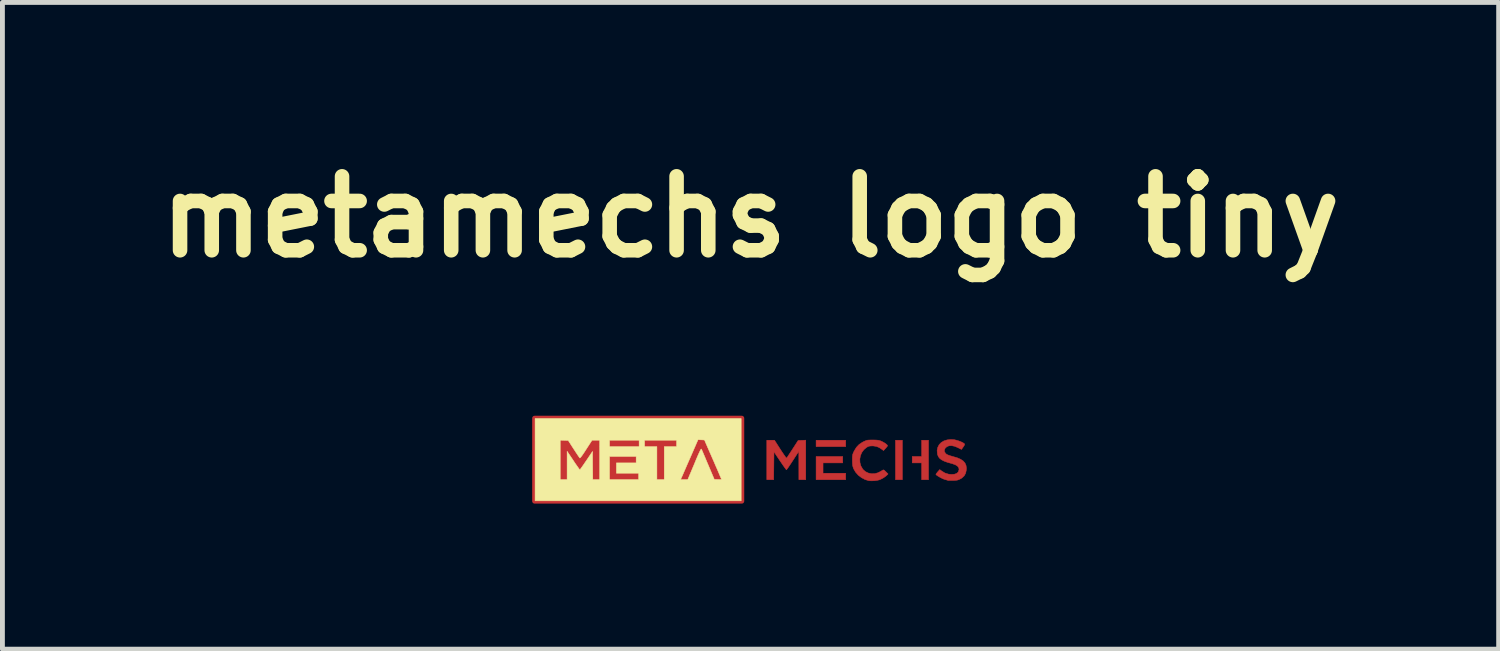
<source format=kicad_pcb>
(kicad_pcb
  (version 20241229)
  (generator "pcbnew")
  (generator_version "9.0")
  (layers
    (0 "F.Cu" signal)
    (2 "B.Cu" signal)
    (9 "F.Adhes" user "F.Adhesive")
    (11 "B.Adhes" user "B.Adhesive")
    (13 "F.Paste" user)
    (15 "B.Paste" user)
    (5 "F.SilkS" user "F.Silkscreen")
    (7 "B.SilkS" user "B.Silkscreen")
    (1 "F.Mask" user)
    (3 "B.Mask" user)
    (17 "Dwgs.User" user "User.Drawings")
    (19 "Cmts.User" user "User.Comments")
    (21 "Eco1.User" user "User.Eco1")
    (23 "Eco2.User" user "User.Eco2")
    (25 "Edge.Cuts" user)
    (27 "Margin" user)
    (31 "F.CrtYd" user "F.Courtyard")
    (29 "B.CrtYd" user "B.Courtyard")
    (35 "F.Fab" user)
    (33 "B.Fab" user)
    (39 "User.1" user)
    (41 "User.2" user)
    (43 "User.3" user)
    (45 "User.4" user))
  (footprint "metamechs logo tiny"
    (layer "F.Cu")
    (at 12.417 6.418)
    (property "Reference" "metamechs logo tiny" (at 0 -5 0) (layer "F.SilkS") (effects (font (size 1.524 1.524) (thickness 0.3))))
    (attr through_hole)
    (fp_poly (pts (xy -4.45 -0.85) (xy -0.18 -0.85) (xy -0.18 0.86) (xy -4.45 0.86)) (stroke (width 0.1) (type solid)) (fill yes) (layer "F.Cu"))
    (fp_poly (pts (xy 1.961 -0.264) (xy 1.351 -0.264) (xy 1.351 -0.396) (xy 1.961 -0.396) (xy 1.961 -0.264)) (stroke (width 0.01) (type solid)) (fill yes) (layer "F.Cu"))
    (fp_poly (pts (xy 3.129 0.417) (xy 2.987 0.417) (xy 2.987 -0.396) (xy 3.129 -0.396) (xy 3.129 0.417)) (stroke (width 0.01) (type solid)) (fill yes) (layer "F.Cu"))
    (fp_poly (pts (xy 1.9 0.071) (xy 1.494 0.071) (xy 1.494 0.284) (xy 1.961 0.284) (xy 1.961 0.417) (xy 1.351 0.417) (xy 1.351 -0.061) (xy 1.9 -0.061) (xy 1.9 0.071)) (stroke (width 0.01) (type solid)) (fill yes) (layer "F.Cu"))
    (fp_poly (pts (xy 3.668 0.417) (xy 3.526 0.417) (xy 3.526 0.071) (xy 3.332 0.071) (xy 3.332 -0.061) (xy 3.526 -0.061) (xy 3.526 -0.396) (xy 3.668 -0.396) (xy 3.668 0.417)) (stroke (width 0.01) (type solid)) (fill yes) (layer "F.Cu"))
    (fp_poly (pts (xy 1.138 0.417) (xy 0.996 0.417) (xy 0.995 -0.168) (xy 0.871 0.023) (xy 0.835 0.078) (xy 0.802 0.127) (xy 0.775 0.167) (xy 0.754 0.196) (xy 0.742 0.211) (xy 0.739 0.213) (xy 0.732 0.205) (xy 0.715 0.183) (xy 0.69 0.148) (xy 0.659 0.104) (xy 0.624 0.052) (xy 0.607 0.028) (xy 0.483 -0.157) (xy 0.48 0.13) (xy 0.477 0.417) (xy 0.335 0.417) (xy 0.335 -0.396) (xy 0.494 -0.396) (xy 0.614 -0.208) (xy 0.652 -0.15) (xy 0.685 -0.101) (xy 0.712 -0.063) (xy 0.731 -0.038) (xy 0.742 -0.028) (xy 0.743 -0.028) (xy 0.751 -0.039) (xy 0.769 -0.064) (xy 0.793 -0.101) (xy 0.824 -0.148) (xy 0.858 -0.2) (xy 0.867 -0.214) (xy 0.981 -0.391) (xy 1.06 -0.394) (xy 1.138 -0.397) (xy 1.138 0.417)) (stroke (width 0.01) (type solid)) (fill yes) (layer "F.Cu"))
    (fp_poly (pts (xy 2.52 -0.401) (xy 2.575 -0.4) (xy 2.616 -0.397) (xy 2.648 -0.392) (xy 2.677 -0.383) (xy 2.692 -0.377) (xy 2.727 -0.36) (xy 2.763 -0.339) (xy 2.794 -0.317) (xy 2.816 -0.297) (xy 2.824 -0.283) (xy 2.818 -0.271) (xy 2.801 -0.25) (xy 2.783 -0.229) (xy 2.741 -0.183) (xy 2.709 -0.207) (xy 2.652 -0.245) (xy 2.598 -0.267) (xy 2.541 -0.277) (xy 2.513 -0.279) (xy 2.471 -0.277) (xy 2.441 -0.273) (xy 2.415 -0.262) (xy 2.392 -0.249) (xy 2.336 -0.202) (xy 2.293 -0.144) (xy 2.265 -0.078) (xy 2.252 -0.008) (xy 2.255 0.064) (xy 2.274 0.134) (xy 2.311 0.198) (xy 2.318 0.207) (xy 2.367 0.251) (xy 2.426 0.28) (xy 2.491 0.294) (xy 2.559 0.293) (xy 2.625 0.275) (xy 2.643 0.266) (xy 2.677 0.249) (xy 2.706 0.232) (xy 2.72 0.223) (xy 2.734 0.216) (xy 2.746 0.217) (xy 2.762 0.228) (xy 2.786 0.252) (xy 2.789 0.254) (xy 2.834 0.299) (xy 2.812 0.322) (xy 2.78 0.35) (xy 2.737 0.38) (xy 2.69 0.405) (xy 2.656 0.42) (xy 2.607 0.432) (xy 2.547 0.439) (xy 2.486 0.441) (xy 2.434 0.437) (xy 2.359 0.414) (xy 2.286 0.375) (xy 2.22 0.324) (xy 2.165 0.262) (xy 2.126 0.195) (xy 2.122 0.186) (xy 2.111 0.154) (xy 2.104 0.123) (xy 2.1 0.086) (xy 2.098 0.037) (xy 2.098 0.015) (xy 2.098 -0.035) (xy 2.1 -0.071) (xy 2.104 -0.099) (xy 2.113 -0.124) (xy 2.126 -0.154) (xy 2.136 -0.174) (xy 2.181 -0.249) (xy 2.237 -0.308) (xy 2.307 -0.355) (xy 2.335 -0.369) (xy 2.366 -0.383) (xy 2.391 -0.392) (xy 2.417 -0.398) (xy 2.45 -0.4) (xy 2.494 -0.401) (xy 2.52 -0.401)) (stroke (width 0.01) (type solid)) (fill yes) (layer "F.Cu"))
    (fp_poly (pts (xy 4.195 -0.407) (xy 4.24 -0.397) (xy 4.289 -0.382) (xy 4.336 -0.364) (xy 4.376 -0.345) (xy 4.403 -0.327) (xy 4.408 -0.322) (xy 4.412 -0.31) (xy 4.405 -0.291) (xy 4.386 -0.261) (xy 4.383 -0.257) (xy 4.347 -0.206) (xy 4.276 -0.242) (xy 4.207 -0.271) (xy 4.144 -0.284) (xy 4.089 -0.281) (xy 4.044 -0.262) (xy 4.01 -0.23) (xy 3.995 -0.194) (xy 3.998 -0.157) (xy 4.021 -0.122) (xy 4.041 -0.106) (xy 4.066 -0.093) (xy 4.104 -0.079) (xy 4.148 -0.066) (xy 4.165 -0.061) (xy 4.256 -0.035) (xy 4.328 -0.004) (xy 4.382 0.032) (xy 4.419 0.074) (xy 4.441 0.123) (xy 4.449 0.181) (xy 4.447 0.216) (xy 4.433 0.283) (xy 4.403 0.338) (xy 4.356 0.382) (xy 4.324 0.401) (xy 4.292 0.416) (xy 4.262 0.426) (xy 4.227 0.431) (xy 4.181 0.433) (xy 4.172 0.434) (xy 4.13 0.434) (xy 4.095 0.434) (xy 4.074 0.433) (xy 4.069 0.432) (xy 4.054 0.427) (xy 4.027 0.419) (xy 4.003 0.413) (xy 3.973 0.402) (xy 3.937 0.385) (xy 3.899 0.365) (xy 3.864 0.344) (xy 3.837 0.326) (xy 3.822 0.312) (xy 3.82 0.308) (xy 3.826 0.296) (xy 3.842 0.275) (xy 3.859 0.254) (xy 3.899 0.209) (xy 3.936 0.237) (xy 4.006 0.28) (xy 4.08 0.303) (xy 4.134 0.309) (xy 4.198 0.305) (xy 4.245 0.29) (xy 4.276 0.264) (xy 4.283 0.253) (xy 4.297 0.209) (xy 4.291 0.171) (xy 4.266 0.138) (xy 4.221 0.11) (xy 4.157 0.087) (xy 4.143 0.083) (xy 4.056 0.059) (xy 3.988 0.034) (xy 3.936 0.007) (xy 3.897 -0.023) (xy 3.871 -0.058) (xy 3.854 -0.1) (xy 3.851 -0.114) (xy 3.845 -0.184) (xy 3.858 -0.248) (xy 3.886 -0.303) (xy 3.929 -0.348) (xy 3.985 -0.382) (xy 4.053 -0.403) (xy 4.13 -0.411) (xy 4.195 -0.407)) (stroke (width 0.01) (type solid)) (fill yes) (layer "F.Cu"))
    (fp_poly (pts (xy 1.961 -0.264) (xy 1.351 -0.264) (xy 1.351 -0.396) (xy 1.961 -0.396) (xy 1.961 -0.264)) (stroke (width 0.01) (type solid)) (fill yes) (layer "F.Mask"))
    (fp_poly (pts (xy 3.129 0.417) (xy 2.987 0.417) (xy 2.987 -0.396) (xy 3.129 -0.396) (xy 3.129 0.417)) (stroke (width 0.01) (type solid)) (fill yes) (layer "F.Mask"))
    (fp_poly (pts (xy 1.9 0.071) (xy 1.494 0.071) (xy 1.494 0.284) (xy 1.961 0.284) (xy 1.961 0.417) (xy 1.351 0.417) (xy 1.351 -0.061) (xy 1.9 -0.061) (xy 1.9 0.071)) (stroke (width 0.01) (type solid)) (fill yes) (layer "F.Mask"))
    (fp_poly (pts (xy 3.668 0.417) (xy 3.526 0.417) (xy 3.526 0.071) (xy 3.332 0.071) (xy 3.332 -0.061) (xy 3.526 -0.061) (xy 3.526 -0.396) (xy 3.668 -0.396) (xy 3.668 0.417)) (stroke (width 0.01) (type solid)) (fill yes) (layer "F.Mask"))
    (fp_poly (pts (xy 1.138 0.417) (xy 0.996 0.417) (xy 0.995 -0.168) (xy 0.871 0.023) (xy 0.835 0.078) (xy 0.802 0.127) (xy 0.775 0.167) (xy 0.754 0.196) (xy 0.742 0.211) (xy 0.739 0.213) (xy 0.732 0.205) (xy 0.715 0.183) (xy 0.69 0.148) (xy 0.659 0.104) (xy 0.624 0.052) (xy 0.607 0.028) (xy 0.483 -0.157) (xy 0.48 0.13) (xy 0.477 0.417) (xy 0.335 0.417) (xy 0.335 -0.396) (xy 0.494 -0.396) (xy 0.614 -0.208) (xy 0.652 -0.15) (xy 0.685 -0.101) (xy 0.712 -0.063) (xy 0.731 -0.038) (xy 0.742 -0.028) (xy 0.743 -0.028) (xy 0.751 -0.039) (xy 0.769 -0.064) (xy 0.793 -0.101) (xy 0.824 -0.148) (xy 0.858 -0.2) (xy 0.867 -0.214) (xy 0.981 -0.391) (xy 1.06 -0.394) (xy 1.138 -0.397) (xy 1.138 0.417)) (stroke (width 0.01) (type solid)) (fill yes) (layer "F.Mask"))
    (fp_poly (pts (xy 2.52 -0.401) (xy 2.575 -0.4) (xy 2.616 -0.397) (xy 2.648 -0.392) (xy 2.677 -0.383) (xy 2.692 -0.377) (xy 2.727 -0.36) (xy 2.763 -0.339) (xy 2.794 -0.317) (xy 2.816 -0.297) (xy 2.824 -0.283) (xy 2.818 -0.271) (xy 2.801 -0.25) (xy 2.783 -0.229) (xy 2.741 -0.183) (xy 2.709 -0.207) (xy 2.652 -0.245) (xy 2.598 -0.267) (xy 2.541 -0.277) (xy 2.513 -0.279) (xy 2.471 -0.277) (xy 2.441 -0.273) (xy 2.415 -0.262) (xy 2.392 -0.249) (xy 2.336 -0.202) (xy 2.293 -0.144) (xy 2.265 -0.078) (xy 2.252 -0.008) (xy 2.255 0.064) (xy 2.274 0.134) (xy 2.311 0.198) (xy 2.318 0.207) (xy 2.367 0.251) (xy 2.426 0.28) (xy 2.491 0.294) (xy 2.559 0.293) (xy 2.625 0.275) (xy 2.643 0.266) (xy 2.677 0.249) (xy 2.706 0.232) (xy 2.72 0.223) (xy 2.734 0.216) (xy 2.746 0.217) (xy 2.762 0.228) (xy 2.786 0.252) (xy 2.789 0.254) (xy 2.834 0.299) (xy 2.812 0.322) (xy 2.78 0.35) (xy 2.737 0.38) (xy 2.69 0.405) (xy 2.656 0.42) (xy 2.607 0.432) (xy 2.547 0.439) (xy 2.486 0.441) (xy 2.434 0.437) (xy 2.359 0.414) (xy 2.286 0.375) (xy 2.22 0.324) (xy 2.165 0.262) (xy 2.126 0.195) (xy 2.122 0.186) (xy 2.111 0.154) (xy 2.104 0.123) (xy 2.1 0.086) (xy 2.098 0.037) (xy 2.098 0.015) (xy 2.098 -0.035) (xy 2.1 -0.071) (xy 2.104 -0.099) (xy 2.113 -0.124) (xy 2.126 -0.154) (xy 2.136 -0.174) (xy 2.181 -0.249) (xy 2.237 -0.308) (xy 2.307 -0.355) (xy 2.335 -0.369) (xy 2.366 -0.383) (xy 2.391 -0.392) (xy 2.417 -0.398) (xy 2.45 -0.4) (xy 2.494 -0.401) (xy 2.52 -0.401)) (stroke (width 0.01) (type solid)) (fill yes) (layer "F.Mask"))
    (fp_poly (pts (xy 4.195 -0.407) (xy 4.24 -0.397) (xy 4.289 -0.382) (xy 4.336 -0.364) (xy 4.376 -0.345) (xy 4.403 -0.327) (xy 4.408 -0.322) (xy 4.412 -0.31) (xy 4.405 -0.291) (xy 4.386 -0.261) (xy 4.383 -0.257) (xy 4.347 -0.206) (xy 4.276 -0.242) (xy 4.207 -0.271) (xy 4.144 -0.284) (xy 4.089 -0.281) (xy 4.044 -0.262) (xy 4.01 -0.23) (xy 3.995 -0.194) (xy 3.998 -0.157) (xy 4.021 -0.122) (xy 4.041 -0.106) (xy 4.066 -0.093) (xy 4.104 -0.079) (xy 4.148 -0.066) (xy 4.165 -0.061) (xy 4.256 -0.035) (xy 4.328 -0.004) (xy 4.382 0.032) (xy 4.419 0.074) (xy 4.441 0.123) (xy 4.449 0.181) (xy 4.447 0.216) (xy 4.433 0.283) (xy 4.403 0.338) (xy 4.356 0.382) (xy 4.324 0.401) (xy 4.292 0.416) (xy 4.262 0.426) (xy 4.227 0.431) (xy 4.181 0.433) (xy 4.172 0.434) (xy 4.13 0.434) (xy 4.095 0.434) (xy 4.074 0.433) (xy 4.069 0.432) (xy 4.054 0.427) (xy 4.027 0.419) (xy 4.003 0.413) (xy 3.973 0.402) (xy 3.937 0.385) (xy 3.899 0.365) (xy 3.864 0.344) (xy 3.837 0.326) (xy 3.822 0.312) (xy 3.82 0.308) (xy 3.826 0.296) (xy 3.842 0.275) (xy 3.859 0.254) (xy 3.899 0.209) (xy 3.936 0.237) (xy 4.006 0.28) (xy 4.08 0.303) (xy 4.134 0.309) (xy 4.198 0.305) (xy 4.245 0.29) (xy 4.276 0.264) (xy 4.283 0.253) (xy 4.297 0.209) (xy 4.291 0.171) (xy 4.266 0.138) (xy 4.221 0.11) (xy 4.157 0.087) (xy 4.143 0.083) (xy 4.056 0.059) (xy 3.988 0.034) (xy 3.936 0.007) (xy 3.897 -0.023) (xy 3.871 -0.058) (xy 3.854 -0.1) (xy 3.851 -0.114) (xy 3.845 -0.184) (xy 3.858 -0.248) (xy 3.886 -0.303) (xy 3.929 -0.348) (xy 3.985 -0.382) (xy 4.053 -0.403) (xy 4.13 -0.411) (xy 4.195 -0.407)) (stroke (width 0.01) (type solid)) (fill yes) (layer "F.Mask"))
    (fp_poly (pts (xy -0.193 0.853) (xy -4.44 0.853) (xy -4.44 0.417) (xy -3.922 0.417) (xy -3.78 0.417) (xy -3.78 -0.168) (xy -3.652 0.023) (xy -3.616 0.078) (xy -3.582 0.126) (xy -3.554 0.166) (xy -3.533 0.195) (xy -3.52 0.211) (xy -3.518 0.213) (xy -3.51 0.205) (xy -3.493 0.182) (xy -3.468 0.147) (xy -3.437 0.103) (xy -3.402 0.051) (xy -3.383 0.024) (xy -3.256 -0.165) (xy -3.254 0.126) (xy -3.251 0.417) (xy -3.109 0.417) (xy -3.109 -0.061) (xy -2.906 -0.061) (xy -2.906 0.417) (xy -2.306 0.417) (xy -2.306 0.284) (xy -2.764 0.284) (xy -2.764 0.071) (xy -2.357 0.071) (xy -2.357 -0.061) (xy -2.906 -0.061) (xy -3.109 -0.061) (xy -3.109 -0.396) (xy -2.906 -0.396) (xy -2.906 -0.264) (xy -2.296 -0.264) (xy -2.296 -0.396) (xy -2.184 -0.396) (xy -2.184 -0.264) (xy -1.93 -0.264) (xy -1.93 0.417) (xy -1.778 0.417) (xy -1.442 0.417) (xy -1.294 0.417) (xy -1.157 0.092) (xy -1.121 0.004) (xy -1.091 -0.066) (xy -1.067 -0.12) (xy -1.048 -0.161) (xy -1.034 -0.189) (xy -1.024 -0.206) (xy -1.017 -0.214) (xy -1.013 -0.214) (xy -1.011 -0.211) (xy -1.005 -0.197) (xy -0.991 -0.166) (xy -0.972 -0.121) (xy -0.948 -0.065) (xy -0.921 -0.000372) (xy -0.891 0.071) (xy -0.874 0.111) (xy -0.747 0.411) (xy -0.673 0.414) (xy -0.637 0.415) (xy -0.611 0.413) (xy -0.6 0.409) (xy -0.599 0.409) (xy -0.603 0.398) (xy -0.615 0.37) (xy -0.633 0.328) (xy -0.656 0.273) (xy -0.684 0.207) (xy -0.717 0.133) (xy -0.752 0.051) (xy -0.775 -0.001) (xy -0.95 -0.401) (xy -1.082 -0.407) (xy -1.236 -0.054) (xy -1.272 0.028) (xy -1.307 0.107) (xy -1.338 0.179) (xy -1.366 0.243) (xy -1.389 0.296) (xy -1.406 0.335) (xy -1.416 0.358) (xy -1.417 0.358) (xy -1.442 0.417) (xy -1.778 0.417) (xy -1.778 -0.264) (xy -1.524 -0.264) (xy -1.524 -0.396) (xy -2.184 -0.396) (xy -2.296 -0.396) (xy -2.906 -0.396) (xy -3.109 -0.396) (xy -3.188 -0.396) (xy -3.266 -0.396) (xy -3.388 -0.208) (xy -3.432 -0.14) (xy -3.466 -0.09) (xy -3.492 -0.055) (xy -3.509 -0.035) (xy -3.519 -0.03) (xy -3.52 -0.031) (xy -3.528 -0.042) (xy -3.546 -0.068) (xy -3.571 -0.105) (xy -3.602 -0.152) (xy -3.636 -0.204) (xy -3.644 -0.216) (xy -3.757 -0.391) (xy -3.839 -0.394) (xy -3.922 -0.397) (xy -3.922 0.417) (xy -4.44 0.417) (xy -4.44 -0.843) (xy -0.193 -0.843) (xy -0.193 0.853)) (stroke (width 0.01) (type solid)) (fill yes) (layer "F.SilkS")))
  (gr_rect
    (start -3 -3)
    (end 27.834 10.328)
    (stroke (width 0.1) (type default))
    (fill no)
    (layer "Edge.Cuts")))
</source>
